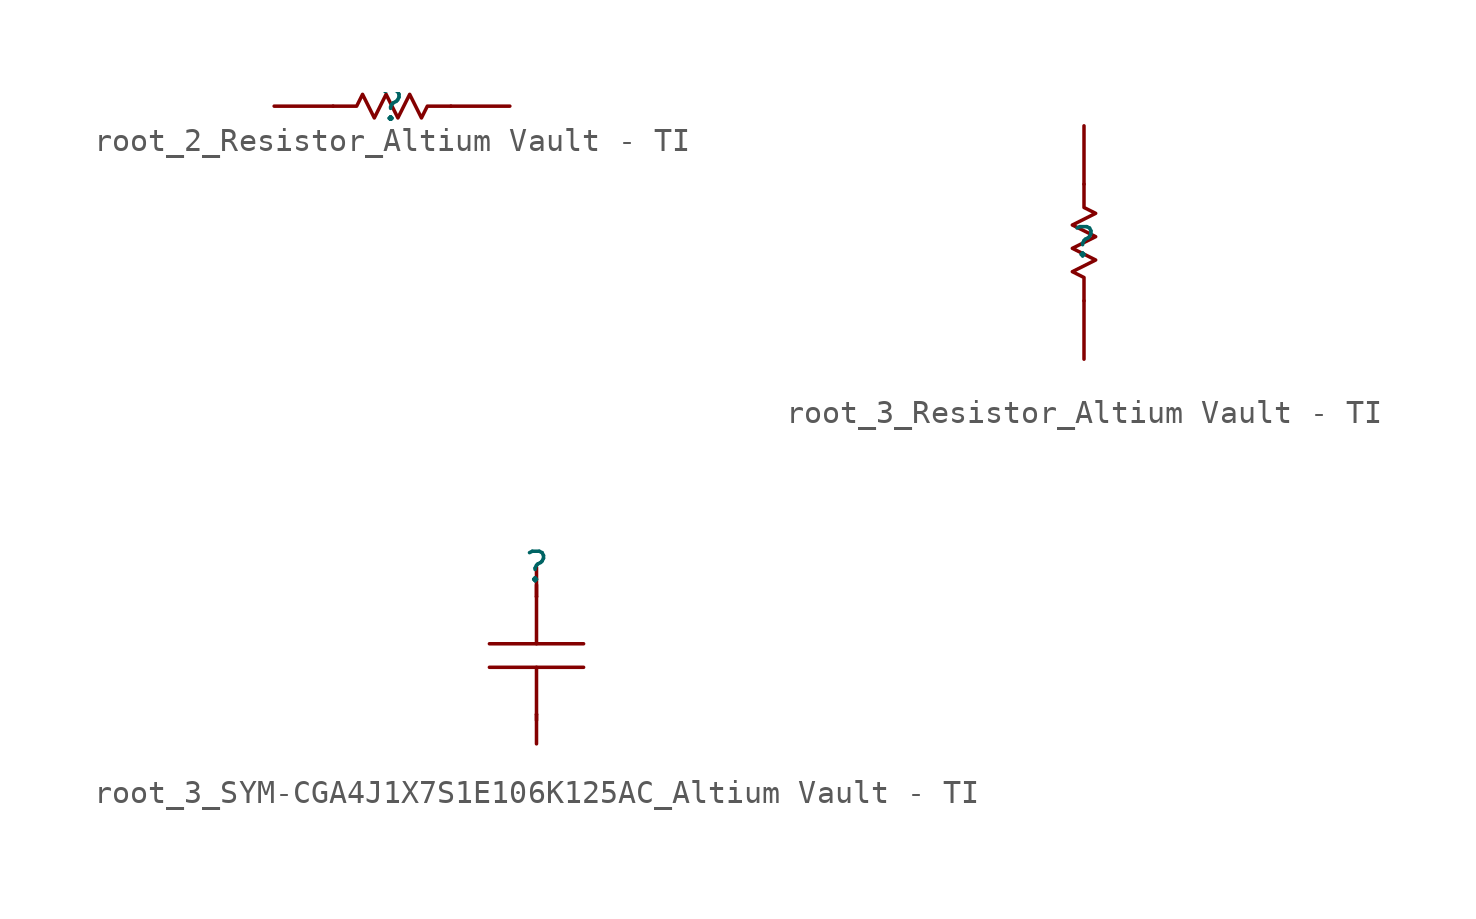
<source format=kicad_sym>
(kicad_symbol_lib
  (version 20241209)
  (generator "kicad_symbol_editor")
  (generator_version "9.0")
  (symbol "root_2_Resistor_Altium Vault - TI"
    (pin_numbers
      (hide yes))
    (pin_names
      (hide yes))
    (property "Reference" ""
      (at 0 0 0)
      (effects (font (size 1.27 1.27))))
    (property "Value" ""
      (at 0 0 0)
      (effects (font (size 1.27 1.27))))
    (symbol "root_2_Resistor_Altium Vault - TI_1_0"
      (polyline (pts (xy -2.54 0) (xy -1.524 0) (xy -1.27 0.508) (xy -0.762 -0.508) (xy -0.254 0.508) (xy 0.254 -0.508) (xy 0.762 0.508) (xy 1.27 -0.508) (xy 1.524 0) (xy 2.54 0)) (stroke (width 0) (type solid)) (fill (type none)))
      (pin passive line (at -5.08 0 0) (length 2.54) (name "2" (effects (font (size 1.27 1.27)))) (number "2" (effects (font (size 1.27 1.27)))))
      (pin passive line (at 5.08 0 180) (length 2.54) (name "1" (effects (font (size 1.27 1.27)))) (number "1" (effects (font (size 1.27 1.27)))))))
  (symbol "root_3_Resistor_Altium Vault - TI"
    (pin_numbers
      (hide yes))
    (pin_names
      (hide yes))
    (property "Reference" ""
      (at 0 0 0)
      (effects (font (size 1.27 1.27))))
    (property "Value" ""
      (at 0 0 0)
      (effects (font (size 1.27 1.27))))
    (symbol "root_3_Resistor_Altium Vault - TI_1_0"
      (polyline (pts (xy 0 -2.54) (xy 0 -1.524) (xy -0.508 -1.27) (xy 0.508 -0.762) (xy -0.508 -0.254) (xy 0.508 0.254) (xy -0.508 0.762) (xy 0.508 1.27) (xy 0 1.524) (xy 0 2.54)) (stroke (width 0) (type solid)) (fill (type none)))
      (pin passive line (at 0 5.08 270) (length 2.54) (name "1" (effects (font (size 1.27 1.27)))) (number "1" (effects (font (size 1.27 1.27)))))
      (pin passive line (at 0 -5.08 90) (length 2.54) (name "2" (effects (font (size 1.27 1.27)))) (number "2" (effects (font (size 1.27 1.27)))))))
  (symbol "root_3_SYM-CGA4J1X7S1E106K125AC_Altium Vault - TI"
    (pin_numbers
      (hide yes))
    (pin_names
      (hide yes))
    (property "Reference" ""
      (at 0 0 0)
      (effects (font (size 1.27 1.27))))
    (property "Value" ""
      (at 0 0 0)
      (effects (font (size 1.27 1.27))))
    (symbol "root_3_SYM-CGA4J1X7S1E106K125AC_Altium Vault - TI_1_0"
      (polyline (pts (xy 0 -1.27) (xy 0 -0.762)) (stroke (width 0) (type solid)) (fill (type none)))
      (polyline (pts (xy 0 -1.27) (xy 0 -3.302)) (stroke (width 0) (type solid)) (fill (type none)))
      (polyline (pts (xy 0 -6.35) (xy 0 -4.318)) (stroke (width 0) (type solid)) (fill (type none)))
      (polyline (pts (xy 0 -6.35) (xy 0 -6.604)) (stroke (width 0) (type solid)) (fill (type none)))
      (polyline (pts (xy 2.032 -3.302) (xy -2.032 -3.302)) (stroke (width 0) (type solid)) (fill (type none)))
      (polyline (pts (xy 2.032 -4.318) (xy -2.032 -4.318)) (stroke (width 0) (type solid)) (fill (type none)))
      (pin passive line (at 0 0 270) (length 1.27) (name "1" (effects (font (size 1.27 1.27)))) (number "1" (effects (font (size 1.27 1.27)))))
      (pin passive line (at 0 -7.62 90) (length 1.27) (name "2" (effects (font (size 1.27 1.27)))) (number "2" (effects (font (size 1.27 1.27))))))))
</source>
